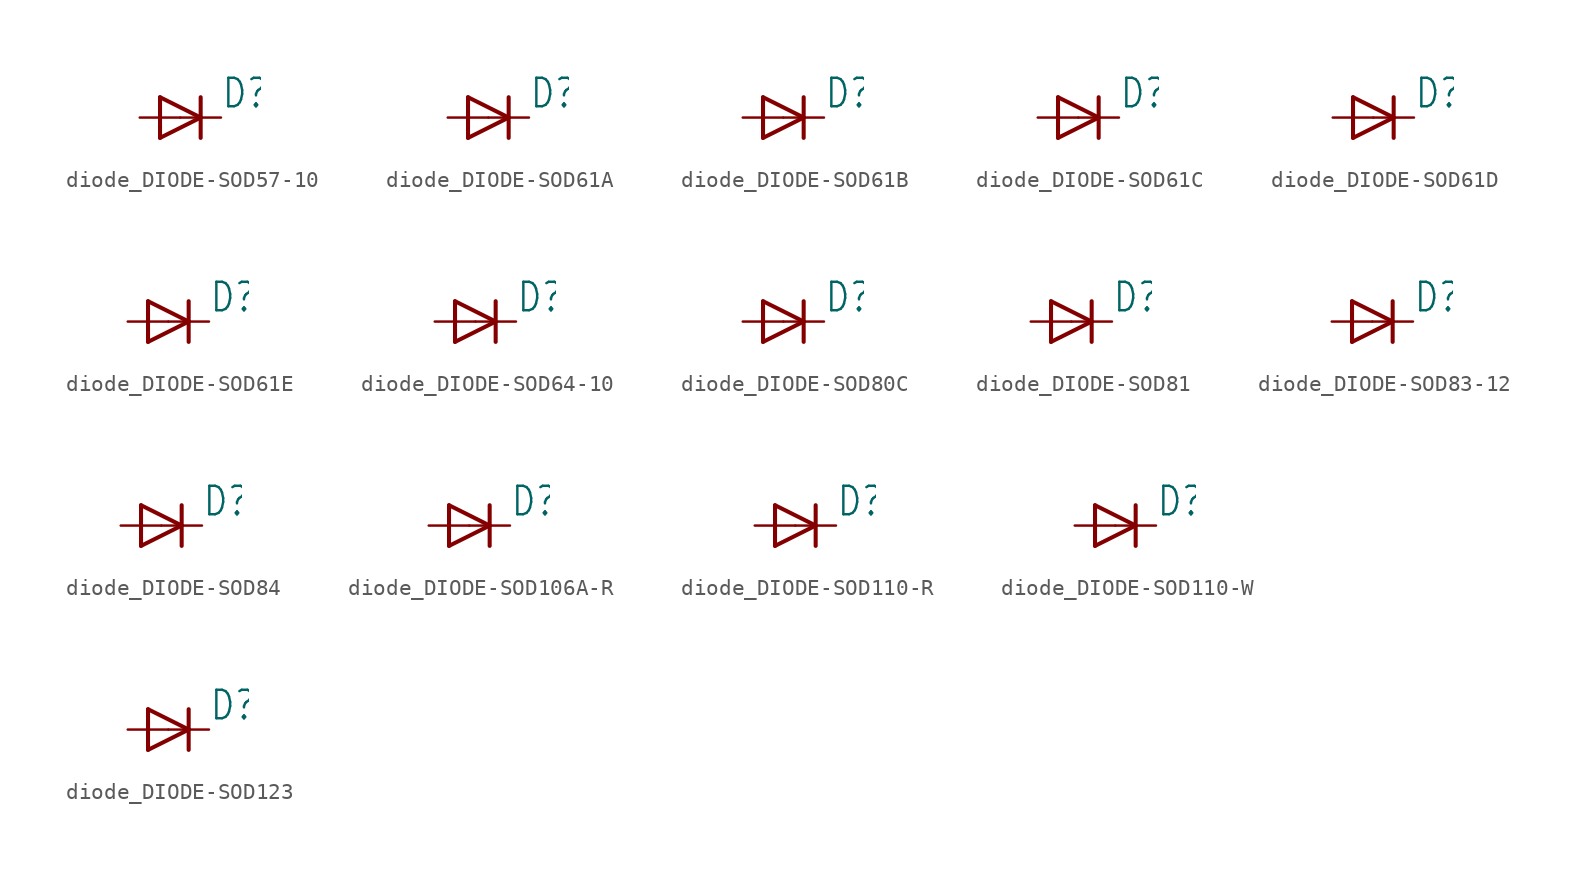
<source format=kicad_sym>
(kicad_symbol_lib
  (version 20231120)
  (generator "kicad_symbol_editor")
  (generator_version "8.0")
  (symbol "diode_DIODE-SOD57-10"
    (property "Reference" "D"
      (at 2.54 0.483 0)
      (effects (font (size 1.778 1.511)) (justify left bottom)))
    (property "Value" ""
      (at 2.54 -2.311 0)
      (effects (font (size 1.778 1.511)) (justify left bottom)))
    (property "ki_locked" ""
      (at 0 0 0)
      (effects (font (size 1.27 1.27))))
    (symbol "diode_DIODE-SOD57-10_1_0"
      (polyline (pts (xy -1.27 -1.27) (xy 1.27 0)) (stroke (width 0.254) (type solid)) (fill (type none)))
      (polyline (pts (xy -1.27 1.27) (xy -1.27 -1.27)) (stroke (width 0.254) (type solid)) (fill (type none)))
      (polyline (pts (xy 1.27 0) (xy -1.27 1.27)) (stroke (width 0.254) (type solid)) (fill (type none)))
      (polyline (pts (xy 1.27 0) (xy 1.27 -1.27)) (stroke (width 0.254) (type solid)) (fill (type none)))
      (polyline (pts (xy 1.27 1.27) (xy 1.27 0)) (stroke (width 0.254) (type solid)) (fill (type none)))
      (pin passive line (at -2.54 0 0) (length 2.54) (name "A" (effects (font (size 0 0)))) (number "A" (effects (font (size 0 0)))))
      (pin passive line (at 2.54 0 180) (length 2.54) (name "C" (effects (font (size 0 0)))) (number "C" (effects (font (size 0 0)))))))
  (symbol "diode_DIODE-SOD61A"
    (property "Reference" "D"
      (at 2.54 0.483 0)
      (effects (font (size 1.778 1.511)) (justify left bottom)))
    (property "Value" ""
      (at 2.54 -2.311 0)
      (effects (font (size 1.778 1.511)) (justify left bottom)))
    (property "ki_locked" ""
      (at 0 0 0)
      (effects (font (size 1.27 1.27))))
    (symbol "diode_DIODE-SOD61A_1_0"
      (polyline (pts (xy -1.27 -1.27) (xy 1.27 0)) (stroke (width 0.254) (type solid)) (fill (type none)))
      (polyline (pts (xy -1.27 1.27) (xy -1.27 -1.27)) (stroke (width 0.254) (type solid)) (fill (type none)))
      (polyline (pts (xy 1.27 0) (xy -1.27 1.27)) (stroke (width 0.254) (type solid)) (fill (type none)))
      (polyline (pts (xy 1.27 0) (xy 1.27 -1.27)) (stroke (width 0.254) (type solid)) (fill (type none)))
      (polyline (pts (xy 1.27 1.27) (xy 1.27 0)) (stroke (width 0.254) (type solid)) (fill (type none)))
      (pin passive line (at -2.54 0 0) (length 2.54) (name "A" (effects (font (size 0 0)))) (number "A" (effects (font (size 0 0)))))
      (pin passive line (at 2.54 0 180) (length 2.54) (name "C" (effects (font (size 0 0)))) (number "C" (effects (font (size 0 0)))))))
  (symbol "diode_DIODE-SOD61B"
    (property "Reference" "D"
      (at 2.54 0.483 0)
      (effects (font (size 1.778 1.511)) (justify left bottom)))
    (property "Value" ""
      (at 2.54 -2.311 0)
      (effects (font (size 1.778 1.511)) (justify left bottom)))
    (property "ki_locked" ""
      (at 0 0 0)
      (effects (font (size 1.27 1.27))))
    (symbol "diode_DIODE-SOD61B_1_0"
      (polyline (pts (xy -1.27 -1.27) (xy 1.27 0)) (stroke (width 0.254) (type solid)) (fill (type none)))
      (polyline (pts (xy -1.27 1.27) (xy -1.27 -1.27)) (stroke (width 0.254) (type solid)) (fill (type none)))
      (polyline (pts (xy 1.27 0) (xy -1.27 1.27)) (stroke (width 0.254) (type solid)) (fill (type none)))
      (polyline (pts (xy 1.27 0) (xy 1.27 -1.27)) (stroke (width 0.254) (type solid)) (fill (type none)))
      (polyline (pts (xy 1.27 1.27) (xy 1.27 0)) (stroke (width 0.254) (type solid)) (fill (type none)))
      (pin passive line (at -2.54 0 0) (length 2.54) (name "A" (effects (font (size 0 0)))) (number "A" (effects (font (size 0 0)))))
      (pin passive line (at 2.54 0 180) (length 2.54) (name "C" (effects (font (size 0 0)))) (number "C" (effects (font (size 0 0)))))))
  (symbol "diode_DIODE-SOD61C"
    (property "Reference" "D"
      (at 2.54 0.483 0)
      (effects (font (size 1.778 1.511)) (justify left bottom)))
    (property "Value" ""
      (at 2.54 -2.311 0)
      (effects (font (size 1.778 1.511)) (justify left bottom)))
    (property "ki_locked" ""
      (at 0 0 0)
      (effects (font (size 1.27 1.27))))
    (symbol "diode_DIODE-SOD61C_1_0"
      (polyline (pts (xy -1.27 -1.27) (xy 1.27 0)) (stroke (width 0.254) (type solid)) (fill (type none)))
      (polyline (pts (xy -1.27 1.27) (xy -1.27 -1.27)) (stroke (width 0.254) (type solid)) (fill (type none)))
      (polyline (pts (xy 1.27 0) (xy -1.27 1.27)) (stroke (width 0.254) (type solid)) (fill (type none)))
      (polyline (pts (xy 1.27 0) (xy 1.27 -1.27)) (stroke (width 0.254) (type solid)) (fill (type none)))
      (polyline (pts (xy 1.27 1.27) (xy 1.27 0)) (stroke (width 0.254) (type solid)) (fill (type none)))
      (pin passive line (at -2.54 0 0) (length 2.54) (name "A" (effects (font (size 0 0)))) (number "A" (effects (font (size 0 0)))))
      (pin passive line (at 2.54 0 180) (length 2.54) (name "C" (effects (font (size 0 0)))) (number "C" (effects (font (size 0 0)))))))
  (symbol "diode_DIODE-SOD61D"
    (property "Reference" "D"
      (at 2.54 0.483 0)
      (effects (font (size 1.778 1.511)) (justify left bottom)))
    (property "Value" ""
      (at 2.54 -2.311 0)
      (effects (font (size 1.778 1.511)) (justify left bottom)))
    (property "ki_locked" ""
      (at 0 0 0)
      (effects (font (size 1.27 1.27))))
    (symbol "diode_DIODE-SOD61D_1_0"
      (polyline (pts (xy -1.27 -1.27) (xy 1.27 0)) (stroke (width 0.254) (type solid)) (fill (type none)))
      (polyline (pts (xy -1.27 1.27) (xy -1.27 -1.27)) (stroke (width 0.254) (type solid)) (fill (type none)))
      (polyline (pts (xy 1.27 0) (xy -1.27 1.27)) (stroke (width 0.254) (type solid)) (fill (type none)))
      (polyline (pts (xy 1.27 0) (xy 1.27 -1.27)) (stroke (width 0.254) (type solid)) (fill (type none)))
      (polyline (pts (xy 1.27 1.27) (xy 1.27 0)) (stroke (width 0.254) (type solid)) (fill (type none)))
      (pin passive line (at -2.54 0 0) (length 2.54) (name "A" (effects (font (size 0 0)))) (number "A" (effects (font (size 0 0)))))
      (pin passive line (at 2.54 0 180) (length 2.54) (name "C" (effects (font (size 0 0)))) (number "C" (effects (font (size 0 0)))))))
  (symbol "diode_DIODE-SOD61E"
    (property "Reference" "D"
      (at 2.54 0.483 0)
      (effects (font (size 1.778 1.511)) (justify left bottom)))
    (property "Value" ""
      (at 2.54 -2.311 0)
      (effects (font (size 1.778 1.511)) (justify left bottom)))
    (property "ki_locked" ""
      (at 0 0 0)
      (effects (font (size 1.27 1.27))))
    (symbol "diode_DIODE-SOD61E_1_0"
      (polyline (pts (xy -1.27 -1.27) (xy 1.27 0)) (stroke (width 0.254) (type solid)) (fill (type none)))
      (polyline (pts (xy -1.27 1.27) (xy -1.27 -1.27)) (stroke (width 0.254) (type solid)) (fill (type none)))
      (polyline (pts (xy 1.27 0) (xy -1.27 1.27)) (stroke (width 0.254) (type solid)) (fill (type none)))
      (polyline (pts (xy 1.27 0) (xy 1.27 -1.27)) (stroke (width 0.254) (type solid)) (fill (type none)))
      (polyline (pts (xy 1.27 1.27) (xy 1.27 0)) (stroke (width 0.254) (type solid)) (fill (type none)))
      (pin passive line (at -2.54 0 0) (length 2.54) (name "A" (effects (font (size 0 0)))) (number "A" (effects (font (size 0 0)))))
      (pin passive line (at 2.54 0 180) (length 2.54) (name "C" (effects (font (size 0 0)))) (number "C" (effects (font (size 0 0)))))))
  (symbol "diode_DIODE-SOD64-10"
    (property "Reference" "D"
      (at 2.54 0.483 0)
      (effects (font (size 1.778 1.511)) (justify left bottom)))
    (property "Value" ""
      (at 2.54 -2.311 0)
      (effects (font (size 1.778 1.511)) (justify left bottom)))
    (property "ki_locked" ""
      (at 0 0 0)
      (effects (font (size 1.27 1.27))))
    (symbol "diode_DIODE-SOD64-10_1_0"
      (polyline (pts (xy -1.27 -1.27) (xy 1.27 0)) (stroke (width 0.254) (type solid)) (fill (type none)))
      (polyline (pts (xy -1.27 1.27) (xy -1.27 -1.27)) (stroke (width 0.254) (type solid)) (fill (type none)))
      (polyline (pts (xy 1.27 0) (xy -1.27 1.27)) (stroke (width 0.254) (type solid)) (fill (type none)))
      (polyline (pts (xy 1.27 0) (xy 1.27 -1.27)) (stroke (width 0.254) (type solid)) (fill (type none)))
      (polyline (pts (xy 1.27 1.27) (xy 1.27 0)) (stroke (width 0.254) (type solid)) (fill (type none)))
      (pin passive line (at -2.54 0 0) (length 2.54) (name "A" (effects (font (size 0 0)))) (number "A" (effects (font (size 0 0)))))
      (pin passive line (at 2.54 0 180) (length 2.54) (name "C" (effects (font (size 0 0)))) (number "C" (effects (font (size 0 0)))))))
  (symbol "diode_DIODE-SOD80C"
    (property "Reference" "D"
      (at 2.54 0.483 0)
      (effects (font (size 1.778 1.511)) (justify left bottom)))
    (property "Value" ""
      (at 2.54 -2.311 0)
      (effects (font (size 1.778 1.511)) (justify left bottom)))
    (property "ki_locked" ""
      (at 0 0 0)
      (effects (font (size 1.27 1.27))))
    (symbol "diode_DIODE-SOD80C_1_0"
      (polyline (pts (xy -1.27 -1.27) (xy 1.27 0)) (stroke (width 0.254) (type solid)) (fill (type none)))
      (polyline (pts (xy -1.27 1.27) (xy -1.27 -1.27)) (stroke (width 0.254) (type solid)) (fill (type none)))
      (polyline (pts (xy 1.27 0) (xy -1.27 1.27)) (stroke (width 0.254) (type solid)) (fill (type none)))
      (polyline (pts (xy 1.27 0) (xy 1.27 -1.27)) (stroke (width 0.254) (type solid)) (fill (type none)))
      (polyline (pts (xy 1.27 1.27) (xy 1.27 0)) (stroke (width 0.254) (type solid)) (fill (type none)))
      (pin passive line (at -2.54 0 0) (length 2.54) (name "A" (effects (font (size 0 0)))) (number "A" (effects (font (size 0 0)))))
      (pin passive line (at 2.54 0 180) (length 2.54) (name "C" (effects (font (size 0 0)))) (number "C" (effects (font (size 0 0)))))))
  (symbol "diode_DIODE-SOD81"
    (property "Reference" "D"
      (at 2.54 0.483 0)
      (effects (font (size 1.778 1.511)) (justify left bottom)))
    (property "Value" ""
      (at 2.54 -2.311 0)
      (effects (font (size 1.778 1.511)) (justify left bottom)))
    (property "ki_locked" ""
      (at 0 0 0)
      (effects (font (size 1.27 1.27))))
    (symbol "diode_DIODE-SOD81_1_0"
      (polyline (pts (xy -1.27 -1.27) (xy 1.27 0)) (stroke (width 0.254) (type solid)) (fill (type none)))
      (polyline (pts (xy -1.27 1.27) (xy -1.27 -1.27)) (stroke (width 0.254) (type solid)) (fill (type none)))
      (polyline (pts (xy 1.27 0) (xy -1.27 1.27)) (stroke (width 0.254) (type solid)) (fill (type none)))
      (polyline (pts (xy 1.27 0) (xy 1.27 -1.27)) (stroke (width 0.254) (type solid)) (fill (type none)))
      (polyline (pts (xy 1.27 1.27) (xy 1.27 0)) (stroke (width 0.254) (type solid)) (fill (type none)))
      (pin passive line (at -2.54 0 0) (length 2.54) (name "A" (effects (font (size 0 0)))) (number "A" (effects (font (size 0 0)))))
      (pin passive line (at 2.54 0 180) (length 2.54) (name "C" (effects (font (size 0 0)))) (number "C" (effects (font (size 0 0)))))))
  (symbol "diode_DIODE-SOD83-12"
    (property "Reference" "D"
      (at 2.54 0.483 0)
      (effects (font (size 1.778 1.511)) (justify left bottom)))
    (property "Value" ""
      (at 2.54 -2.311 0)
      (effects (font (size 1.778 1.511)) (justify left bottom)))
    (property "ki_locked" ""
      (at 0 0 0)
      (effects (font (size 1.27 1.27))))
    (symbol "diode_DIODE-SOD83-12_1_0"
      (polyline (pts (xy -1.27 -1.27) (xy 1.27 0)) (stroke (width 0.254) (type solid)) (fill (type none)))
      (polyline (pts (xy -1.27 1.27) (xy -1.27 -1.27)) (stroke (width 0.254) (type solid)) (fill (type none)))
      (polyline (pts (xy 1.27 0) (xy -1.27 1.27)) (stroke (width 0.254) (type solid)) (fill (type none)))
      (polyline (pts (xy 1.27 0) (xy 1.27 -1.27)) (stroke (width 0.254) (type solid)) (fill (type none)))
      (polyline (pts (xy 1.27 1.27) (xy 1.27 0)) (stroke (width 0.254) (type solid)) (fill (type none)))
      (pin passive line (at -2.54 0 0) (length 2.54) (name "A" (effects (font (size 0 0)))) (number "A" (effects (font (size 0 0)))))
      (pin passive line (at 2.54 0 180) (length 2.54) (name "C" (effects (font (size 0 0)))) (number "C" (effects (font (size 0 0)))))))
  (symbol "diode_DIODE-SOD84"
    (property "Reference" "D"
      (at 2.54 0.483 0)
      (effects (font (size 1.778 1.511)) (justify left bottom)))
    (property "Value" ""
      (at 2.54 -2.311 0)
      (effects (font (size 1.778 1.511)) (justify left bottom)))
    (property "ki_locked" ""
      (at 0 0 0)
      (effects (font (size 1.27 1.27))))
    (symbol "diode_DIODE-SOD84_1_0"
      (polyline (pts (xy -1.27 -1.27) (xy 1.27 0)) (stroke (width 0.254) (type solid)) (fill (type none)))
      (polyline (pts (xy -1.27 1.27) (xy -1.27 -1.27)) (stroke (width 0.254) (type solid)) (fill (type none)))
      (polyline (pts (xy 1.27 0) (xy -1.27 1.27)) (stroke (width 0.254) (type solid)) (fill (type none)))
      (polyline (pts (xy 1.27 0) (xy 1.27 -1.27)) (stroke (width 0.254) (type solid)) (fill (type none)))
      (polyline (pts (xy 1.27 1.27) (xy 1.27 0)) (stroke (width 0.254) (type solid)) (fill (type none)))
      (pin passive line (at -2.54 0 0) (length 2.54) (name "A" (effects (font (size 0 0)))) (number "A" (effects (font (size 0 0)))))
      (pin passive line (at 2.54 0 180) (length 2.54) (name "C" (effects (font (size 0 0)))) (number "C" (effects (font (size 0 0)))))))
  (symbol "diode_DIODE-SOD106A-R"
    (property "Reference" "D"
      (at 2.54 0.483 0)
      (effects (font (size 1.778 1.511)) (justify left bottom)))
    (property "Value" ""
      (at 2.54 -2.311 0)
      (effects (font (size 1.778 1.511)) (justify left bottom)))
    (property "ki_locked" ""
      (at 0 0 0)
      (effects (font (size 1.27 1.27))))
    (symbol "diode_DIODE-SOD106A-R_1_0"
      (polyline (pts (xy -1.27 -1.27) (xy 1.27 0)) (stroke (width 0.254) (type solid)) (fill (type none)))
      (polyline (pts (xy -1.27 1.27) (xy -1.27 -1.27)) (stroke (width 0.254) (type solid)) (fill (type none)))
      (polyline (pts (xy 1.27 0) (xy -1.27 1.27)) (stroke (width 0.254) (type solid)) (fill (type none)))
      (polyline (pts (xy 1.27 0) (xy 1.27 -1.27)) (stroke (width 0.254) (type solid)) (fill (type none)))
      (polyline (pts (xy 1.27 1.27) (xy 1.27 0)) (stroke (width 0.254) (type solid)) (fill (type none)))
      (pin passive line (at -2.54 0 0) (length 2.54) (name "A" (effects (font (size 0 0)))) (number "A" (effects (font (size 0 0)))))
      (pin passive line (at 2.54 0 180) (length 2.54) (name "C" (effects (font (size 0 0)))) (number "C" (effects (font (size 0 0)))))))
  (symbol "diode_DIODE-SOD110-R"
    (property "Reference" "D"
      (at 2.54 0.483 0)
      (effects (font (size 1.778 1.511)) (justify left bottom)))
    (property "Value" ""
      (at 2.54 -2.311 0)
      (effects (font (size 1.778 1.511)) (justify left bottom)))
    (property "ki_locked" ""
      (at 0 0 0)
      (effects (font (size 1.27 1.27))))
    (symbol "diode_DIODE-SOD110-R_1_0"
      (polyline (pts (xy -1.27 -1.27) (xy 1.27 0)) (stroke (width 0.254) (type solid)) (fill (type none)))
      (polyline (pts (xy -1.27 1.27) (xy -1.27 -1.27)) (stroke (width 0.254) (type solid)) (fill (type none)))
      (polyline (pts (xy 1.27 0) (xy -1.27 1.27)) (stroke (width 0.254) (type solid)) (fill (type none)))
      (polyline (pts (xy 1.27 0) (xy 1.27 -1.27)) (stroke (width 0.254) (type solid)) (fill (type none)))
      (polyline (pts (xy 1.27 1.27) (xy 1.27 0)) (stroke (width 0.254) (type solid)) (fill (type none)))
      (pin passive line (at -2.54 0 0) (length 2.54) (name "A" (effects (font (size 0 0)))) (number "A" (effects (font (size 0 0)))))
      (pin passive line (at 2.54 0 180) (length 2.54) (name "C" (effects (font (size 0 0)))) (number "C" (effects (font (size 0 0)))))))
  (symbol "diode_DIODE-SOD110-W"
    (property "Reference" "D"
      (at 2.54 0.483 0)
      (effects (font (size 1.778 1.511)) (justify left bottom)))
    (property "Value" ""
      (at 2.54 -2.311 0)
      (effects (font (size 1.778 1.511)) (justify left bottom)))
    (property "ki_locked" ""
      (at 0 0 0)
      (effects (font (size 1.27 1.27))))
    (symbol "diode_DIODE-SOD110-W_1_0"
      (polyline (pts (xy -1.27 -1.27) (xy 1.27 0)) (stroke (width 0.254) (type solid)) (fill (type none)))
      (polyline (pts (xy -1.27 1.27) (xy -1.27 -1.27)) (stroke (width 0.254) (type solid)) (fill (type none)))
      (polyline (pts (xy 1.27 0) (xy -1.27 1.27)) (stroke (width 0.254) (type solid)) (fill (type none)))
      (polyline (pts (xy 1.27 0) (xy 1.27 -1.27)) (stroke (width 0.254) (type solid)) (fill (type none)))
      (polyline (pts (xy 1.27 1.27) (xy 1.27 0)) (stroke (width 0.254) (type solid)) (fill (type none)))
      (pin passive line (at -2.54 0 0) (length 2.54) (name "A" (effects (font (size 0 0)))) (number "A" (effects (font (size 0 0)))))
      (pin passive line (at 2.54 0 180) (length 2.54) (name "C" (effects (font (size 0 0)))) (number "C" (effects (font (size 0 0)))))))
  (symbol "diode_DIODE-SOD123"
    (property "Reference" "D"
      (at 2.54 0.483 0)
      (effects (font (size 1.778 1.511)) (justify left bottom)))
    (property "Value" ""
      (at 2.54 -2.311 0)
      (effects (font (size 1.778 1.511)) (justify left bottom)))
    (property "ki_locked" ""
      (at 0 0 0)
      (effects (font (size 1.27 1.27))))
    (symbol "diode_DIODE-SOD123_1_0"
      (polyline (pts (xy -1.27 -1.27) (xy 1.27 0)) (stroke (width 0.254) (type solid)) (fill (type none)))
      (polyline (pts (xy -1.27 1.27) (xy -1.27 -1.27)) (stroke (width 0.254) (type solid)) (fill (type none)))
      (polyline (pts (xy 1.27 0) (xy -1.27 1.27)) (stroke (width 0.254) (type solid)) (fill (type none)))
      (polyline (pts (xy 1.27 0) (xy 1.27 -1.27)) (stroke (width 0.254) (type solid)) (fill (type none)))
      (polyline (pts (xy 1.27 1.27) (xy 1.27 0)) (stroke (width 0.254) (type solid)) (fill (type none)))
      (pin passive line (at -2.54 0 0) (length 2.54) (name "A" (effects (font (size 0 0)))) (number "A" (effects (font (size 0 0)))))
      (pin passive line (at 2.54 0 180) (length 2.54) (name "C" (effects (font (size 0 0)))) (number "C" (effects (font (size 0 0))))))))
</source>
